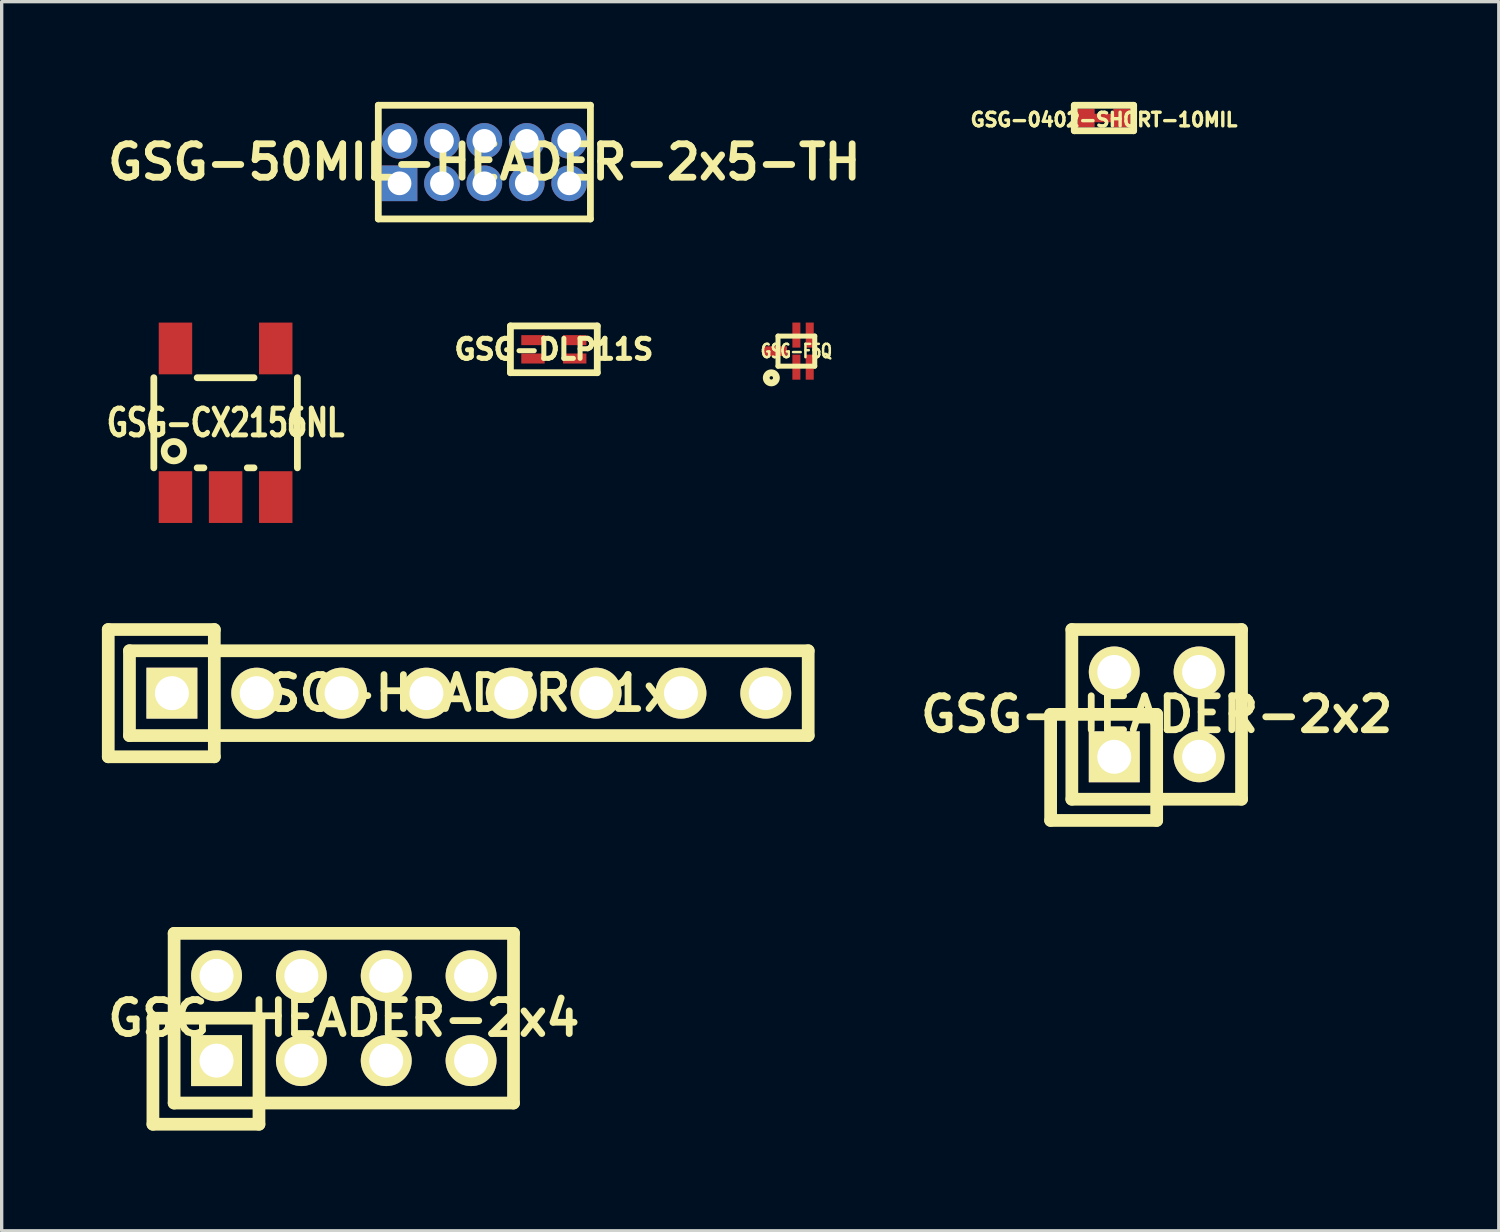
<source format=kicad_pcb>
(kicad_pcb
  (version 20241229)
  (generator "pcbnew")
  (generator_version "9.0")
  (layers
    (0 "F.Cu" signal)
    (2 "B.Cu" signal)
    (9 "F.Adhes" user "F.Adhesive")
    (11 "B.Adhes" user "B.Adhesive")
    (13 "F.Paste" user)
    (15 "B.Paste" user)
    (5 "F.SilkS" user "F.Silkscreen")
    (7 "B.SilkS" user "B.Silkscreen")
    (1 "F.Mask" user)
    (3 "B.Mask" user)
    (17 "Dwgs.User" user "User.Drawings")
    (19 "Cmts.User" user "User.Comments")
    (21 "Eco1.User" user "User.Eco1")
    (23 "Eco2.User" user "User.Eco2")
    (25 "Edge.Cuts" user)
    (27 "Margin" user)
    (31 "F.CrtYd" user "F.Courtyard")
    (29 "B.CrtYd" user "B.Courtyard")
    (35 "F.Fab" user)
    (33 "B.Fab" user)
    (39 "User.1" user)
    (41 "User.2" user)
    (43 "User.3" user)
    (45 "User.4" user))
  (footprint "GSG-50MIL-HEADER-2x5-TH"
    (layer "F.Cu")
    (at 11.451 1.803)
    (property "Reference" "GSG-50MIL-HEADER-2x5-TH" (at 0 0 0) (layer "F.SilkS") (effects (font (size 1.001 1.001) (thickness 0.203))))
    (attr through_hole)
    (fp_line (start -3.175 -1.702) (end -3.175 1.702) (stroke (width 0.203) (type solid)) (layer "F.SilkS"))
    (fp_line (start -3.175 1.702) (end 3.175 1.702) (stroke (width 0.203) (type solid)) (layer "F.SilkS"))
    (fp_line (start 3.175 -1.702) (end -3.175 -1.702) (stroke (width 0.203) (type solid)) (layer "F.SilkS"))
    (fp_line (start 3.175 -1.702) (end 3.175 1.702) (stroke (width 0.203) (type solid)) (layer "F.SilkS"))
    (pad "1" thru_hole rect (at -2.54 0.635) (size 1.067 1.067) (drill 0.711) (layers "*.Cu" "*.Mask"))
    (pad "2" thru_hole circle (at -2.54 -0.635) (size 1.067 1.067) (drill 0.711) (layers "*.Cu" "*.Mask"))
    (pad "3" thru_hole circle (at -1.27 0.635) (size 1.067 1.067) (drill 0.711) (layers "*.Cu" "*.Mask"))
    (pad "4" thru_hole circle (at -1.27 -0.635) (size 1.067 1.067) (drill 0.711) (layers "*.Cu" "*.Mask"))
    (pad "5" thru_hole circle (at 0 0.635) (size 1.067 1.067) (drill 0.711) (layers "*.Cu" "*.Mask"))
    (pad "6" thru_hole circle (at 0 -0.635) (size 1.067 1.067) (drill 0.711) (layers "*.Cu" "*.Mask"))
    (pad "7" thru_hole circle (at 1.27 0.635) (size 1.067 1.067) (drill 0.711) (layers "*.Cu" "*.Mask"))
    (pad "8" thru_hole circle (at 1.27 -0.635) (size 1.067 1.067) (drill 0.711) (layers "*.Cu" "*.Mask"))
    (pad "9" thru_hole circle (at 2.54 0.635) (size 1.067 1.067) (drill 0.711) (layers "*.Cu" "*.Mask"))
    (pad "10" thru_hole circle (at 2.54 -0.635) (size 1.067 1.067) (drill 0.711) (layers "*.Cu" "*.Mask")))
  (footprint "GSG-CX2156NL"
    (layer "F.Cu")
    (at 3.704 9.607)
    (property "Reference" "GSG-CX2156NL" (at 0 0 0) (layer "F.SilkS") (effects (font (size 0.8 0.599) (thickness 0.15))))
    (attr through_hole)
    (fp_line (start -2.149 -1.349) (end -2.149 1.349) (stroke (width 0.203) (type solid)) (layer "F.SilkS"))
    (fp_line (start -0.851 -1.349) (end 0.851 -1.349) (stroke (width 0.203) (type solid)) (layer "F.SilkS"))
    (fp_line (start -0.851 1.349) (end -0.65 1.349) (stroke (width 0.203) (type solid)) (layer "F.SilkS"))
    (fp_line (start 0.65 1.349) (end 0.851 1.349) (stroke (width 0.203) (type solid)) (layer "F.SilkS"))
    (fp_line (start 2.149 -1.349) (end 2.149 1.349) (stroke (width 0.203) (type solid)) (layer "F.SilkS"))
    (fp_circle (center -1.549 0.851) (end -1.3 1.001) (stroke (width 0.203) (type solid)) (fill no) (layer "F.SilkS"))
    (pad "1" smd rect (at -1.501 2.225) (size 1.001 1.549) (layers "F.Cu" "F.Mask" "F.Paste"))
    (pad "2" smd rect (at 0 2.225) (size 1.001 1.549) (layers "F.Cu" "F.Mask" "F.Paste"))
    (pad "3" smd rect (at 1.501 2.225) (size 1.001 1.549) (layers "F.Cu" "F.Mask" "F.Paste"))
    (pad "4" smd rect (at 1.501 -2.225) (size 1.001 1.549) (layers "F.Cu" "F.Mask" "F.Paste"))
    (pad "6" smd rect (at -1.501 -2.225) (size 1.001 1.549) (layers "F.Cu" "F.Mask" "F.Paste")))
  (footprint "GSG-F5Q"
    (layer "F.Cu")
    (at 20.792 7.462)
    (property "Reference" "GSG-F5Q" (at 0 0 0) (layer "F.SilkS") (effects (font (size 0.399 0.3) (thickness 0.075))))
    (attr through_hole)
    (fp_line (start -0.55 -0.45) (end 0.55 -0.45) (stroke (width 0.15) (type solid)) (layer "F.SilkS"))
    (fp_line (start -0.55 0.45) (end -0.55 -0.45) (stroke (width 0.15) (type solid)) (layer "F.SilkS"))
    (fp_line (start 0.55 -0.45) (end 0.55 0.45) (stroke (width 0.15) (type solid)) (layer "F.SilkS"))
    (fp_line (start 0.55 0.45) (end -0.55 0.45) (stroke (width 0.15) (type solid)) (layer "F.SilkS"))
    (fp_circle (center -0.75 0.8) (end -0.699 0.8) (stroke (width 0.203) (type solid)) (fill no) (layer "F.SilkS"))
    (pad "1" smd rect (at -0.63 0) (size 0.7 0.29) (layers "F.Cu" "F.Mask" "F.Paste"))
    (pad "2" smd rect (at 0 0.48) (size 0.24 0.75) (layers "F.Cu" "F.Mask" "F.Paste"))
    (pad "3" smd rect (at 0.4 0.48) (size 0.24 0.75) (layers "F.Cu" "F.Mask" "F.Paste"))
    (pad "4" smd rect (at 0.4 -0.48) (size 0.24 0.75) (layers "F.Cu" "F.Mask" "F.Paste"))
    (pad "5" smd rect (at 0 -0.48) (size 0.24 0.75) (layers "F.Cu" "F.Mask" "F.Paste")))
  (footprint "GSG-DLP11S"
    (layer "F.Cu")
    (at 13.531 7.408)
    (property "Reference" "GSG-DLP11S" (at 0 0 0) (layer "F.SilkS") (effects (font (size 0.6 0.6) (thickness 0.15))))
    (attr through_hole)
    (fp_line (start -1.3 -0.7) (end 1.3 -0.7) (stroke (width 0.203) (type solid)) (layer "F.SilkS"))
    (fp_line (start -1.3 0.7) (end -1.3 -0.7) (stroke (width 0.203) (type solid)) (layer "F.SilkS"))
    (fp_line (start 1.3 -0.7) (end 1.3 0.7) (stroke (width 0.203) (type solid)) (layer "F.SilkS"))
    (fp_line (start 1.3 0.7) (end -1.3 0.7) (stroke (width 0.203) (type solid)) (layer "F.SilkS"))
    (pad "1" smd rect (at -0.625 -0.275) (size 0.7 0.3) (layers "F.Cu" "F.Mask" "F.Paste"))
    (pad "2" smd rect (at 0.625 -0.275) (size 0.7 0.3) (layers "F.Cu" "F.Mask" "F.Paste"))
    (pad "3" smd rect (at 0.625 0.275) (size 0.7 0.3) (layers "F.Cu" "F.Mask" "F.Paste"))
    (pad "4" smd rect (at -0.625 0.275) (size 0.7 0.3) (layers "F.Cu" "F.Mask" "F.Paste")))
  (footprint "GSG-HEADER-2x2"
    (layer "F.Cu")
    (at 31.579 18.337)
    (property "Reference" "GSG-HEADER-2x2" (at 0 0 0) (layer "F.SilkS") (effects (font (size 1.016 1.016) (thickness 0.203))))
    (attr through_hole)
    (fp_line (start -3.175 0) (end -3.175 3.175) (stroke (width 0.381) (type solid)) (layer "F.SilkS"))
    (fp_line (start -3.175 3.175) (end 0 3.175) (stroke (width 0.381) (type solid)) (layer "F.SilkS"))
    (fp_line (start -2.54 -2.54) (end 2.54 -2.54) (stroke (width 0.381) (type solid)) (layer "F.SilkS"))
    (fp_line (start -2.54 2.54) (end -2.54 -2.54) (stroke (width 0.381) (type solid)) (layer "F.SilkS"))
    (fp_line (start 0 0) (end -3.175 0) (stroke (width 0.381) (type solid)) (layer "F.SilkS"))
    (fp_line (start 0 3.175) (end 0 0) (stroke (width 0.381) (type solid)) (layer "F.SilkS"))
    (fp_line (start 2.54 -2.54) (end 2.54 2.54) (stroke (width 0.381) (type solid)) (layer "F.SilkS"))
    (fp_line (start 2.54 2.54) (end -2.54 2.54) (stroke (width 0.381) (type solid)) (layer "F.SilkS"))
    (pad "1" thru_hole rect (at -1.27 1.27) (size 1.524 1.524) (drill 1.016) (layers "*.Cu" "*.Mask" "F.SilkS"))
    (pad "2" thru_hole circle (at -1.27 -1.27) (size 1.524 1.524) (drill 1.016) (layers "*.Cu" "*.Mask" "F.SilkS"))
    (pad "3" thru_hole circle (at 1.27 1.27) (size 1.524 1.524) (drill 1.016) (layers "*.Cu" "*.Mask" "F.SilkS"))
    (pad "4" thru_hole circle (at 1.27 -1.27) (size 1.524 1.524) (drill 1.016) (layers "*.Cu" "*.Mask" "F.SilkS")))
  (footprint "GSG-HEADER-2x4"
    (layer "F.Cu")
    (at 7.243 27.433)
    (property "Reference" "GSG-HEADER-2x4" (at 0 0 0) (layer "F.SilkS") (effects (font (size 1.016 1.016) (thickness 0.203))))
    (attr through_hole)
    (fp_line (start -5.715 0) (end -5.715 3.175) (stroke (width 0.381) (type solid)) (layer "F.SilkS"))
    (fp_line (start -5.715 3.175) (end -2.54 3.175) (stroke (width 0.381) (type solid)) (layer "F.SilkS"))
    (fp_line (start -5.08 -2.54) (end 5.08 -2.54) (stroke (width 0.381) (type solid)) (layer "F.SilkS"))
    (fp_line (start -5.08 2.54) (end -5.08 -2.54) (stroke (width 0.381) (type solid)) (layer "F.SilkS"))
    (fp_line (start -2.54 0) (end -5.715 0) (stroke (width 0.381) (type solid)) (layer "F.SilkS"))
    (fp_line (start -2.54 3.175) (end -2.54 0) (stroke (width 0.381) (type solid)) (layer "F.SilkS"))
    (fp_line (start 5.08 -2.54) (end 5.08 2.54) (stroke (width 0.381) (type solid)) (layer "F.SilkS"))
    (fp_line (start 5.08 2.54) (end -5.08 2.54) (stroke (width 0.381) (type solid)) (layer "F.SilkS"))
    (pad "1" thru_hole rect (at -3.81 1.27) (size 1.524 1.524) (drill 1.016) (layers "*.Cu" "*.Mask" "F.SilkS"))
    (pad "2" thru_hole circle (at -3.81 -1.27) (size 1.524 1.524) (drill 1.016) (layers "*.Cu" "*.Mask" "F.SilkS"))
    (pad "3" thru_hole circle (at -1.27 1.27) (size 1.524 1.524) (drill 1.016) (layers "*.Cu" "*.Mask" "F.SilkS"))
    (pad "4" thru_hole circle (at -1.27 -1.27) (size 1.524 1.524) (drill 1.016) (layers "*.Cu" "*.Mask" "F.SilkS"))
    (pad "5" thru_hole circle (at 1.27 1.27) (size 1.524 1.524) (drill 1.016) (layers "*.Cu" "*.Mask" "F.SilkS"))
    (pad "6" thru_hole circle (at 1.27 -1.27) (size 1.524 1.524) (drill 1.016) (layers "*.Cu" "*.Mask" "F.SilkS"))
    (pad "7" thru_hole circle (at 3.81 1.27) (size 1.524 1.524) (drill 1.016) (layers "*.Cu" "*.Mask" "F.SilkS"))
    (pad "8" thru_hole circle (at 3.81 -1.27) (size 1.524 1.524) (drill 1.016) (layers "*.Cu" "*.Mask" "F.SilkS")))
  (footprint "GSG-0402-SHORT-10MIL"
    (layer "F.Cu")
    (at 30.001 0.483)
    (property "Reference" "GSG-0402-SHORT-10MIL" (at 0 0.051 0) (layer "F.SilkS") (effects (font (size 0.406 0.406) (thickness 0.102))))
    (attr through_hole)
    (fp_line (start -0.889 -0.381) (end 0.889 -0.381) (stroke (width 0.203) (type solid)) (layer "F.SilkS"))
    (fp_line (start -0.889 0.381) (end -0.889 -0.381) (stroke (width 0.203) (type solid)) (layer "F.SilkS"))
    (fp_line (start 0.889 -0.381) (end 0.889 0.381) (stroke (width 0.203) (type solid)) (layer "F.SilkS"))
    (fp_line (start 0.889 0.381) (end -0.889 0.381) (stroke (width 0.203) (type solid)) (layer "F.SilkS"))
    (pad "" smd rect (at 0 0) (size 0.762 0.254) (layers "F.Cu" "F.Mask"))
    (pad "1" smd rect (at -0.533 0) (size 0.508 0.559) (layers "F.Cu" "F.Mask"))
    (pad "2" smd rect (at 0.533 0) (size 0.508 0.559) (layers "F.Cu" "F.Mask")))
  (footprint "GSG-HEADER-1x8"
    (layer "F.Cu")
    (at 10.986 17.702)
    (property "Reference" "GSG-HEADER-1x8" (at 0 0 0) (layer "F.SilkS") (effects (font (size 1.016 1.016) (thickness 0.203))))
    (attr through_hole)
    (fp_line (start -10.795 -1.905) (end -10.795 1.905) (stroke (width 0.381) (type solid)) (layer "F.SilkS"))
    (fp_line (start -10.795 1.905) (end -7.62 1.905) (stroke (width 0.381) (type solid)) (layer "F.SilkS"))
    (fp_line (start -10.16 -1.27) (end -10.16 1.27) (stroke (width 0.381) (type solid)) (layer "F.SilkS"))
    (fp_line (start -10.16 1.27) (end 10.16 1.27) (stroke (width 0.381) (type solid)) (layer "F.SilkS"))
    (fp_line (start -7.62 -1.905) (end -10.795 -1.905) (stroke (width 0.381) (type solid)) (layer "F.SilkS"))
    (fp_line (start -7.62 1.905) (end -7.62 -1.905) (stroke (width 0.381) (type solid)) (layer "F.SilkS"))
    (fp_line (start 10.16 -1.27) (end -10.16 -1.27) (stroke (width 0.381) (type solid)) (layer "F.SilkS"))
    (fp_line (start 10.16 1.27) (end 10.16 -1.27) (stroke (width 0.381) (type solid)) (layer "F.SilkS"))
    (pad "1" thru_hole rect (at -8.89 0) (size 1.524 1.524) (drill 1.016) (layers "*.Cu" "*.Mask" "F.SilkS"))
    (pad "2" thru_hole circle (at -6.35 0) (size 1.524 1.524) (drill 1.016) (layers "*.Cu" "*.Mask" "F.SilkS"))
    (pad "3" thru_hole circle (at -3.81 0) (size 1.524 1.524) (drill 1.016) (layers "*.Cu" "*.Mask" "F.SilkS"))
    (pad "4" thru_hole circle (at -1.27 0) (size 1.524 1.524) (drill 1.016) (layers "*.Cu" "*.Mask" "F.SilkS"))
    (pad "5" thru_hole circle (at 1.27 0) (size 1.524 1.524) (drill 1.016) (layers "*.Cu" "*.Mask" "F.SilkS"))
    (pad "6" thru_hole circle (at 3.81 0) (size 1.524 1.524) (drill 1.016) (layers "*.Cu" "*.Mask" "F.SilkS"))
    (pad "7" thru_hole circle (at 6.35 0) (size 1.524 1.524) (drill 1.016) (layers "*.Cu" "*.Mask" "F.SilkS"))
    (pad "8" thru_hole circle (at 8.89 0) (size 1.524 1.524) (drill 1.016) (layers "*.Cu" "*.Mask" "F.SilkS")))
  (gr_rect
    (start -3 -3)
    (end 41.821 33.798)
    (stroke (width 0.1) (type default))
    (fill no)
    (layer "Edge.Cuts")))
</source>
